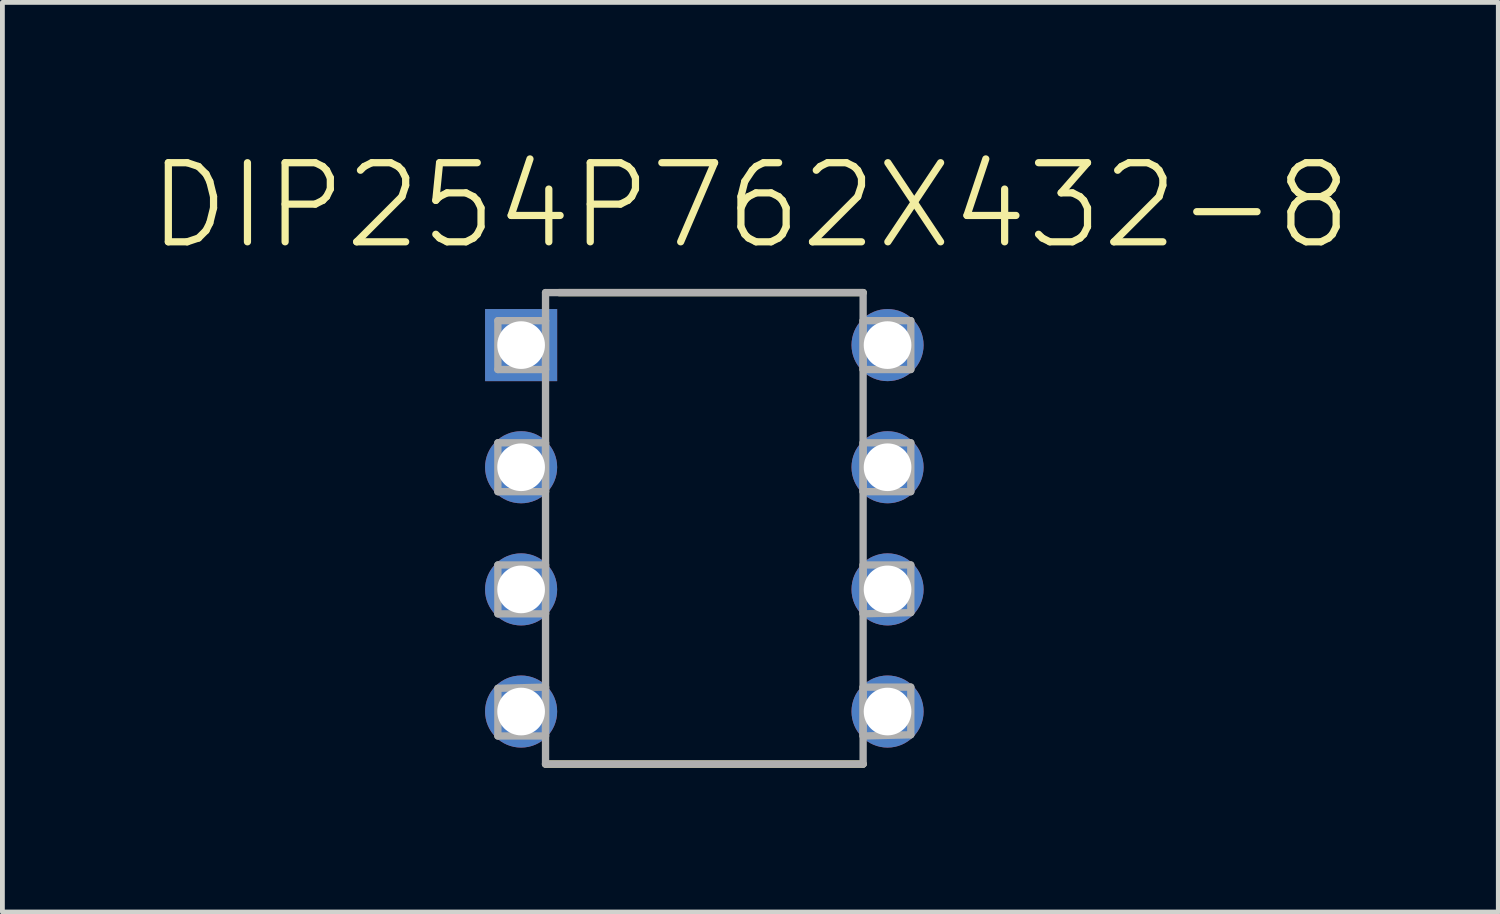
<source format=kicad_pcb>
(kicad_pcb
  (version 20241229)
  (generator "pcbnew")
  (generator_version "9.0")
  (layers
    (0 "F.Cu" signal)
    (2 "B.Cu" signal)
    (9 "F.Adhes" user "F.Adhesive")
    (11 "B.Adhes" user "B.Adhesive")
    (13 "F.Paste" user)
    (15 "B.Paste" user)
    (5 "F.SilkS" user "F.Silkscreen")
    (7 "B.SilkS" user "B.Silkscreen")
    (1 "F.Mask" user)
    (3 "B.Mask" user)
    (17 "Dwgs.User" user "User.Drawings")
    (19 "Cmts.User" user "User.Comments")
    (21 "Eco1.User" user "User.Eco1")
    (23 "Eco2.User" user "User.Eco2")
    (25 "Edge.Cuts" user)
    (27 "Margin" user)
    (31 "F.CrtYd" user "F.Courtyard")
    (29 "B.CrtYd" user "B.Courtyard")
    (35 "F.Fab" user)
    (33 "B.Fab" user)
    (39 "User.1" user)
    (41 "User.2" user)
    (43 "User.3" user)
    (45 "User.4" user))
  (footprint "DIP254P762X432-8"
    (layer "F.Cu")
    (at 15.406 11.746)
    (property "Reference" "DIP254P762X432-8" (at -2.853 -10.521 0) (layer "F.SilkS") (effects (font (size 1.645 1.645) (thickness 0.15))))
    (attr through_hole)
    (fp_line (start -7.112 1.092) (end -0.508 1.092) (stroke (width 0.152) (type solid)) (layer "F.SilkS"))
    (fp_line (start -0.508 -8.712) (end -6.833 -8.712) (stroke (width 0.152) (type solid)) (layer "F.SilkS"))
    (fp_line (start -8.103 -8.128) (end -8.103 -7.112) (stroke (width 0.152) (type solid)) (layer "F.Fab"))
    (fp_line (start -8.103 -7.112) (end -7.112 -7.112) (stroke (width 0.152) (type solid)) (layer "F.Fab"))
    (fp_line (start -8.103 -5.588) (end -8.103 -4.572) (stroke (width 0.152) (type solid)) (layer "F.Fab"))
    (fp_line (start -8.103 -4.572) (end -7.112 -4.572) (stroke (width 0.152) (type solid)) (layer "F.Fab"))
    (fp_line (start -8.103 -3.048) (end -8.103 -2.032) (stroke (width 0.152) (type solid)) (layer "F.Fab"))
    (fp_line (start -8.103 -2.032) (end -7.112 -2.032) (stroke (width 0.152) (type solid)) (layer "F.Fab"))
    (fp_line (start -8.103 -0.483) (end -8.103 0.508) (stroke (width 0.152) (type solid)) (layer "F.Fab"))
    (fp_line (start -8.103 0.508) (end -7.112 0.508) (stroke (width 0.152) (type solid)) (layer "F.Fab"))
    (fp_line (start -7.112 -8.712) (end -7.112 1.092) (stroke (width 0.152) (type solid)) (layer "F.Fab"))
    (fp_line (start -7.112 -8.128) (end -8.103 -8.128) (stroke (width 0.152) (type solid)) (layer "F.Fab"))
    (fp_line (start -7.112 -7.112) (end -7.112 -8.128) (stroke (width 0.152) (type solid)) (layer "F.Fab"))
    (fp_line (start -7.112 -5.588) (end -8.103 -5.588) (stroke (width 0.152) (type solid)) (layer "F.Fab"))
    (fp_line (start -7.112 -4.572) (end -7.112 -5.588) (stroke (width 0.152) (type solid)) (layer "F.Fab"))
    (fp_line (start -7.112 -3.048) (end -8.103 -3.048) (stroke (width 0.152) (type solid)) (layer "F.Fab"))
    (fp_line (start -7.112 -2.032) (end -7.112 -3.048) (stroke (width 0.152) (type solid)) (layer "F.Fab"))
    (fp_line (start -7.112 -0.508) (end -8.103 -0.483) (stroke (width 0.152) (type solid)) (layer "F.Fab"))
    (fp_line (start -7.112 0.508) (end -7.112 -0.508) (stroke (width 0.152) (type solid)) (layer "F.Fab"))
    (fp_line (start -7.112 1.092) (end -0.508 1.092) (stroke (width 0.152) (type solid)) (layer "F.Fab"))
    (fp_line (start -0.508 -8.712) (end -7.112 -8.712) (stroke (width 0.152) (type solid)) (layer "F.Fab"))
    (fp_line (start -0.508 -8.128) (end -0.508 -7.112) (stroke (width 0.152) (type solid)) (layer "F.Fab"))
    (fp_line (start -0.508 -7.112) (end 0.483 -7.112) (stroke (width 0.152) (type solid)) (layer "F.Fab"))
    (fp_line (start -0.508 -5.588) (end -0.508 -4.572) (stroke (width 0.152) (type solid)) (layer "F.Fab"))
    (fp_line (start -0.508 -4.572) (end 0.483 -4.572) (stroke (width 0.152) (type solid)) (layer "F.Fab"))
    (fp_line (start -0.508 -3.048) (end -0.508 -2.032) (stroke (width 0.152) (type solid)) (layer "F.Fab"))
    (fp_line (start -0.508 -2.032) (end 0.483 -2.057) (stroke (width 0.152) (type solid)) (layer "F.Fab"))
    (fp_line (start -0.508 -0.508) (end -0.508 0.508) (stroke (width 0.152) (type solid)) (layer "F.Fab"))
    (fp_line (start -0.508 0.508) (end 0.483 0.483) (stroke (width 0.152) (type solid)) (layer "F.Fab"))
    (fp_line (start -0.508 1.092) (end -0.508 -8.712) (stroke (width 0.152) (type solid)) (layer "F.Fab"))
    (fp_line (start 0.483 -8.128) (end -0.508 -8.128) (stroke (width 0.152) (type solid)) (layer "F.Fab"))
    (fp_line (start 0.483 -7.112) (end 0.483 -8.128) (stroke (width 0.152) (type solid)) (layer "F.Fab"))
    (fp_line (start 0.483 -5.588) (end -0.508 -5.588) (stroke (width 0.152) (type solid)) (layer "F.Fab"))
    (fp_line (start 0.483 -4.572) (end 0.483 -5.588) (stroke (width 0.152) (type solid)) (layer "F.Fab"))
    (fp_line (start 0.483 -3.048) (end -0.508 -3.048) (stroke (width 0.152) (type solid)) (layer "F.Fab"))
    (fp_line (start 0.483 -2.057) (end 0.483 -3.048) (stroke (width 0.152) (type solid)) (layer "F.Fab"))
    (fp_line (start 0.483 -0.508) (end -0.508 -0.508) (stroke (width 0.152) (type solid)) (layer "F.Fab"))
    (fp_line (start 0.483 0.483) (end 0.483 -0.508) (stroke (width 0.152) (type solid)) (layer "F.Fab"))
    (pad "1" thru_hole rect (at -7.62 -7.62) (size 1.499 1.499) (drill 0.991) (layers "*.Cu" "*.Mask"))
    (pad "2" thru_hole circle (at -7.62 -5.08) (size 1.499 1.499) (drill 0.991) (layers "*.Cu" "*.Mask"))
    (pad "3" thru_hole circle (at -7.62 -2.54) (size 1.499 1.499) (drill 0.991) (layers "*.Cu" "*.Mask"))
    (pad "4" thru_hole circle (at -7.62 0) (size 1.499 1.499) (drill 0.991) (layers "*.Cu" "*.Mask"))
    (pad "5" thru_hole circle (at 0 0) (size 1.499 1.499) (drill 0.991) (layers "*.Cu" "*.Mask"))
    (pad "6" thru_hole circle (at 0 -2.54) (size 1.499 1.499) (drill 0.991) (layers "*.Cu" "*.Mask"))
    (pad "7" thru_hole circle (at 0 -5.08) (size 1.499 1.499) (drill 0.991) (layers "*.Cu" "*.Mask"))
    (pad "8" thru_hole circle (at 0 -7.62) (size 1.499 1.499) (drill 0.991) (layers "*.Cu" "*.Mask")))
  (gr_rect
    (start -3 -3)
    (end 28.106 15.914)
    (stroke (width 0.1) (type default))
    (fill no)
    (layer "Edge.Cuts")))
</source>
